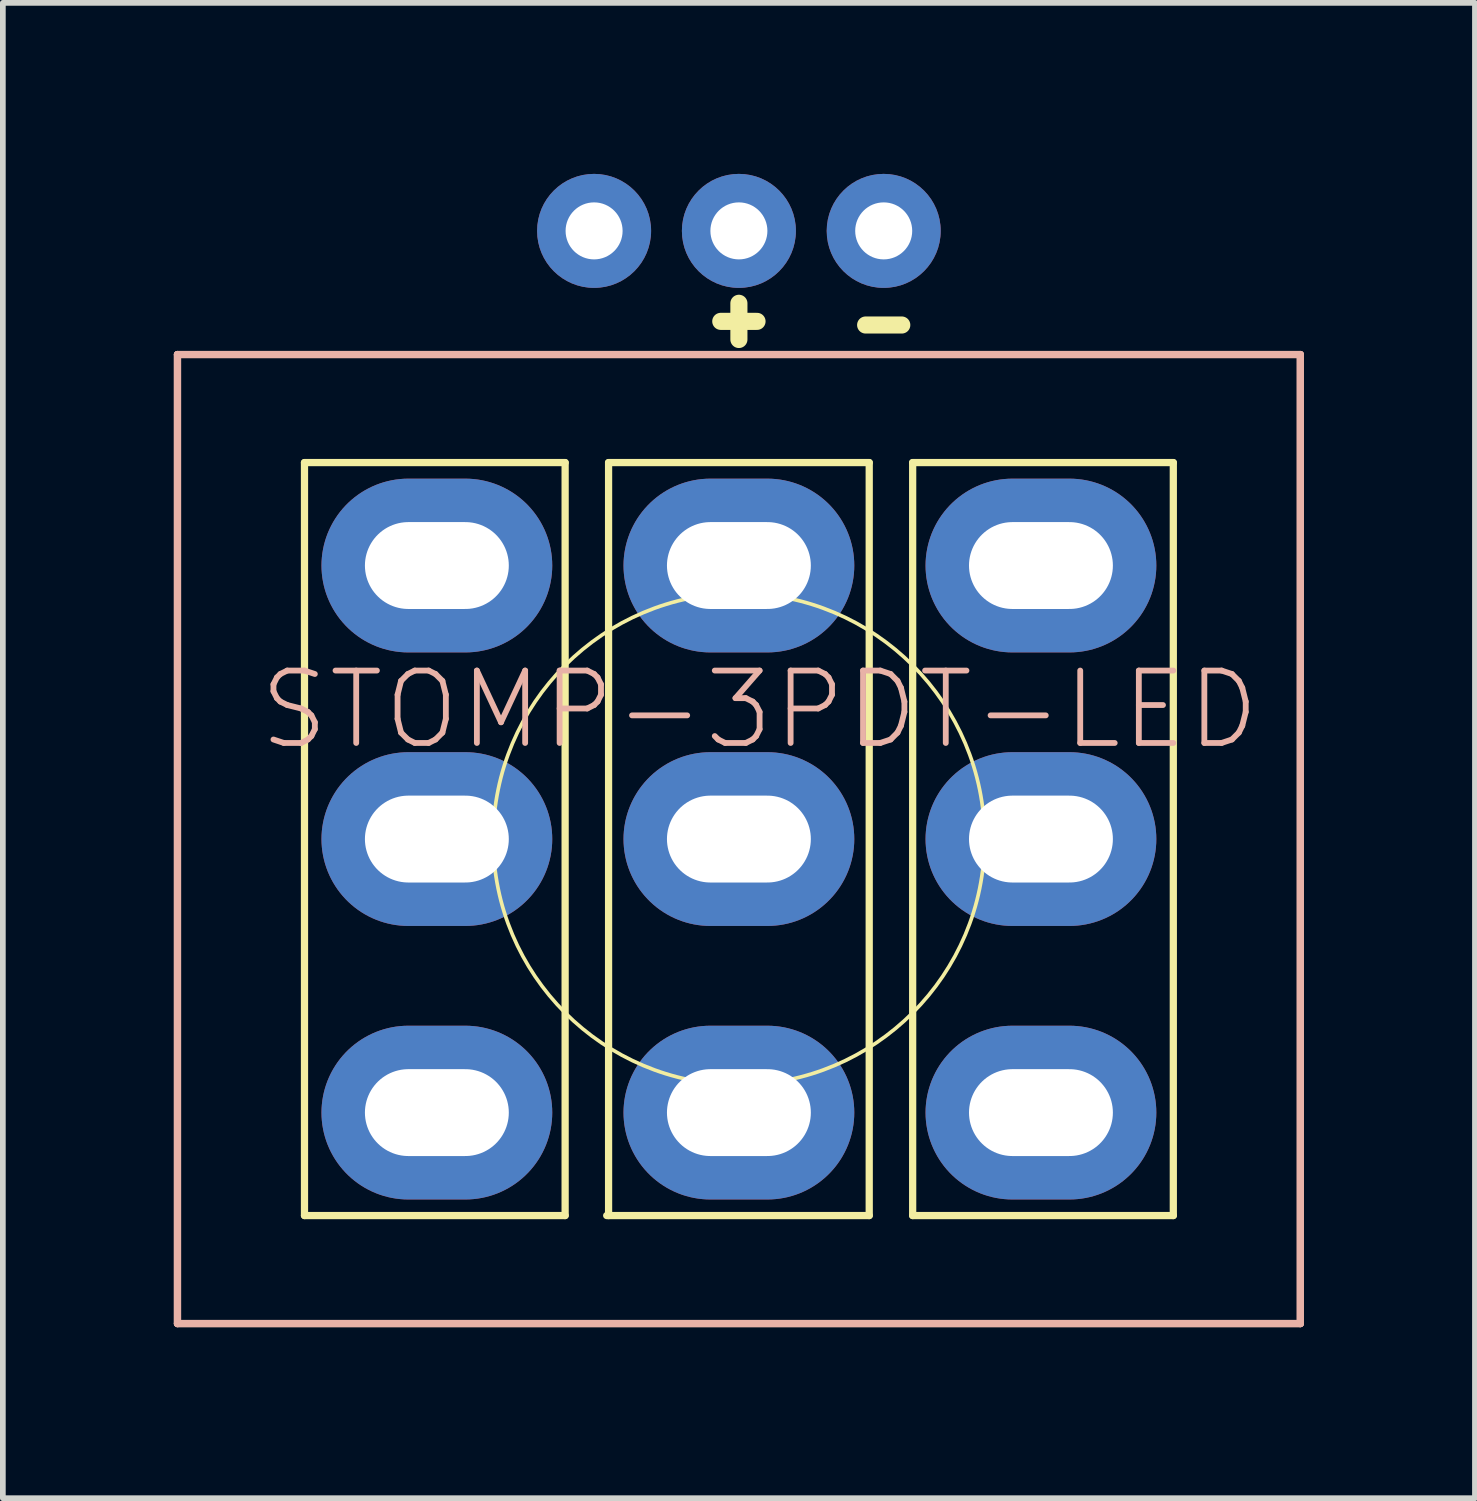
<source format=kicad_pcb>
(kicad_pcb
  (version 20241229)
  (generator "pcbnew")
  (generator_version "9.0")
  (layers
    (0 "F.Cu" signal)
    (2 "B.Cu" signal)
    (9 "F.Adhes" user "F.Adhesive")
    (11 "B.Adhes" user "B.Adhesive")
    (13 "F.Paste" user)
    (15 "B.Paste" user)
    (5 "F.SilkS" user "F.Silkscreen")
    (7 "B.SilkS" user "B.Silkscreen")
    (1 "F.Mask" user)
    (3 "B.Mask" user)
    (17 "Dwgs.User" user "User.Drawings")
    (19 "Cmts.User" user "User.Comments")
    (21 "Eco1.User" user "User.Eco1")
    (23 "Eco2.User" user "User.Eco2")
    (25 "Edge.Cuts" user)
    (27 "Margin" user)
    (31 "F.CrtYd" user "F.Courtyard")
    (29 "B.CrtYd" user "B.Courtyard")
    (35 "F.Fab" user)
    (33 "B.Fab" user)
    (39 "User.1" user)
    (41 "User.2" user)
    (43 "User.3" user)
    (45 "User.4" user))
  (footprint "STOMP-3PDT-LED"
    (layer "F.Cu")
    (at 9.911 11.668)
    (property "Reference" "STOMP-3PDT-LED" (at 0.363 -2.268 0) (layer "B.SilkS") (effects (font (size 1.27 1.27) (thickness 0.102))))
    (attr exclude_from_pos_files exclude_from_bom)
    (fp_line (start -7.62 -6.604) (end -7.62 6.604) (stroke (width 0.127) (type solid)) (layer "F.SilkS"))
    (fp_line (start -7.62 6.604) (end -3.048 6.604) (stroke (width 0.127) (type solid)) (layer "F.SilkS"))
    (fp_line (start -3.048 -6.604) (end -7.62 -6.604) (stroke (width 0.127) (type solid)) (layer "F.SilkS"))
    (fp_line (start -3.048 6.604) (end -3.048 -6.604) (stroke (width 0.127) (type solid)) (layer "F.SilkS"))
    (fp_line (start -2.286 -6.604) (end 2.286 -6.604) (stroke (width 0.127) (type solid)) (layer "F.SilkS"))
    (fp_line (start -2.286 6.604) (end -2.286 -6.604) (stroke (width 0.127) (type solid)) (layer "F.SilkS"))
    (fp_line (start -0.318 -9.081) (end 0.318 -9.081) (stroke (width 0.3) (type solid)) (layer "F.SilkS"))
    (fp_line (start 0 -8.763) (end 0 -9.398) (stroke (width 0.3) (type solid)) (layer "F.SilkS"))
    (fp_line (start 2.223 -9.017) (end 2.857 -9.017) (stroke (width 0.3) (type solid)) (layer "F.SilkS"))
    (fp_line (start 2.286 -6.604) (end 2.286 6.604) (stroke (width 0.127) (type solid)) (layer "F.SilkS"))
    (fp_line (start 2.286 6.604) (end -2.319 6.604) (stroke (width 0.127) (type solid)) (layer "F.SilkS"))
    (fp_line (start 3.048 -6.604) (end 3.048 6.604) (stroke (width 0.127) (type solid)) (layer "F.SilkS"))
    (fp_line (start 3.048 6.604) (end 7.62 6.604) (stroke (width 0.127) (type solid)) (layer "F.SilkS"))
    (fp_line (start 7.62 -6.604) (end 3.048 -6.604) (stroke (width 0.127) (type solid)) (layer "F.SilkS"))
    (fp_line (start 7.62 6.604) (end 7.62 -6.604) (stroke (width 0.127) (type solid)) (layer "F.SilkS"))
    (fp_circle (center 0 0) (end -3.048 3.048) (stroke (width 0.064) (type solid)) (fill no) (layer "F.SilkS"))
    (fp_line (start -9.848 -8.499) (end -9.848 8.499) (stroke (width 0.127) (type solid)) (layer "B.SilkS"))
    (fp_line (start -9.848 -8.499) (end 9.848 -8.499) (stroke (width 0.127) (type solid)) (layer "B.SilkS"))
    (fp_line (start -9.848 8.499) (end -9.848 -8.499) (stroke (width 0.127) (type solid)) (layer "B.SilkS"))
    (fp_line (start -9.848 8.499) (end 9.848 8.499) (stroke (width 0.127) (type solid)) (layer "B.SilkS"))
    (fp_line (start 9.848 -8.499) (end -9.848 -8.499) (stroke (width 0.127) (type solid)) (layer "B.SilkS"))
    (fp_line (start 9.848 -8.499) (end 9.848 8.499) (stroke (width 0.127) (type solid)) (layer "B.SilkS"))
    (fp_line (start 9.848 8.499) (end -9.848 8.499) (stroke (width 0.127) (type solid)) (layer "B.SilkS"))
    (fp_line (start 9.848 8.499) (end 9.848 -8.499) (stroke (width 0.127) (type solid)) (layer "B.SilkS"))
    (pad "" thru_hole circle (at -2.54 -10.668) (size 2 2) (drill 1) (layers "*.Cu" "*.Mask"))
    (pad "P$1" thru_hole oval (at -5.298 -4.798) (size 4.048 3.048) (drill oval 2.524 1.524) (layers "*.Cu" "*.Mask"))
    (pad "P$2" thru_hole oval (at -5.298 0) (size 4.048 3.048) (drill oval 2.524 1.524) (layers "*.Cu" "*.Mask"))
    (pad "P$3" thru_hole oval (at -5.298 4.798) (size 4.048 3.048) (drill oval 2.524 1.524) (layers "*.Cu" "*.Mask"))
    (pad "P$4" thru_hole oval (at 0 -4.798) (size 4.048 3.048) (drill oval 2.524 1.524) (layers "*.Cu" "*.Mask"))
    (pad "P$5" thru_hole oval (at 0 0) (size 4.048 3.048) (drill oval 2.524 1.524) (layers "*.Cu" "*.Mask"))
    (pad "P$6" thru_hole oval (at 0 4.798) (size 4.048 3.048) (drill oval 2.524 1.524) (layers "*.Cu" "*.Mask"))
    (pad "P$7" thru_hole oval (at 5.298 -4.798) (size 4.048 3.048) (drill oval 2.524 1.524) (layers "*.Cu" "*.Mask"))
    (pad "P$8" thru_hole oval (at 5.298 0) (size 4.048 3.048) (drill oval 2.524 1.524) (layers "*.Cu" "*.Mask"))
    (pad "P$9" thru_hole oval (at 5.298 4.798) (size 4.048 3.048) (drill oval 2.524 1.524) (layers "*.Cu" "*.Mask"))
    (pad "P$10" thru_hole circle (at 0 -10.668) (size 2 2) (drill 1) (layers "*.Cu" "*.Mask"))
    (pad "P$11" thru_hole circle (at 2.54 -10.668) (size 2 2) (drill 1) (layers "*.Cu" "*.Mask")))
  (gr_rect
    (start -3 -3)
    (end 22.822 23.23)
    (stroke (width 0.1) (type default))
    (fill no)
    (layer "Edge.Cuts")))
</source>
